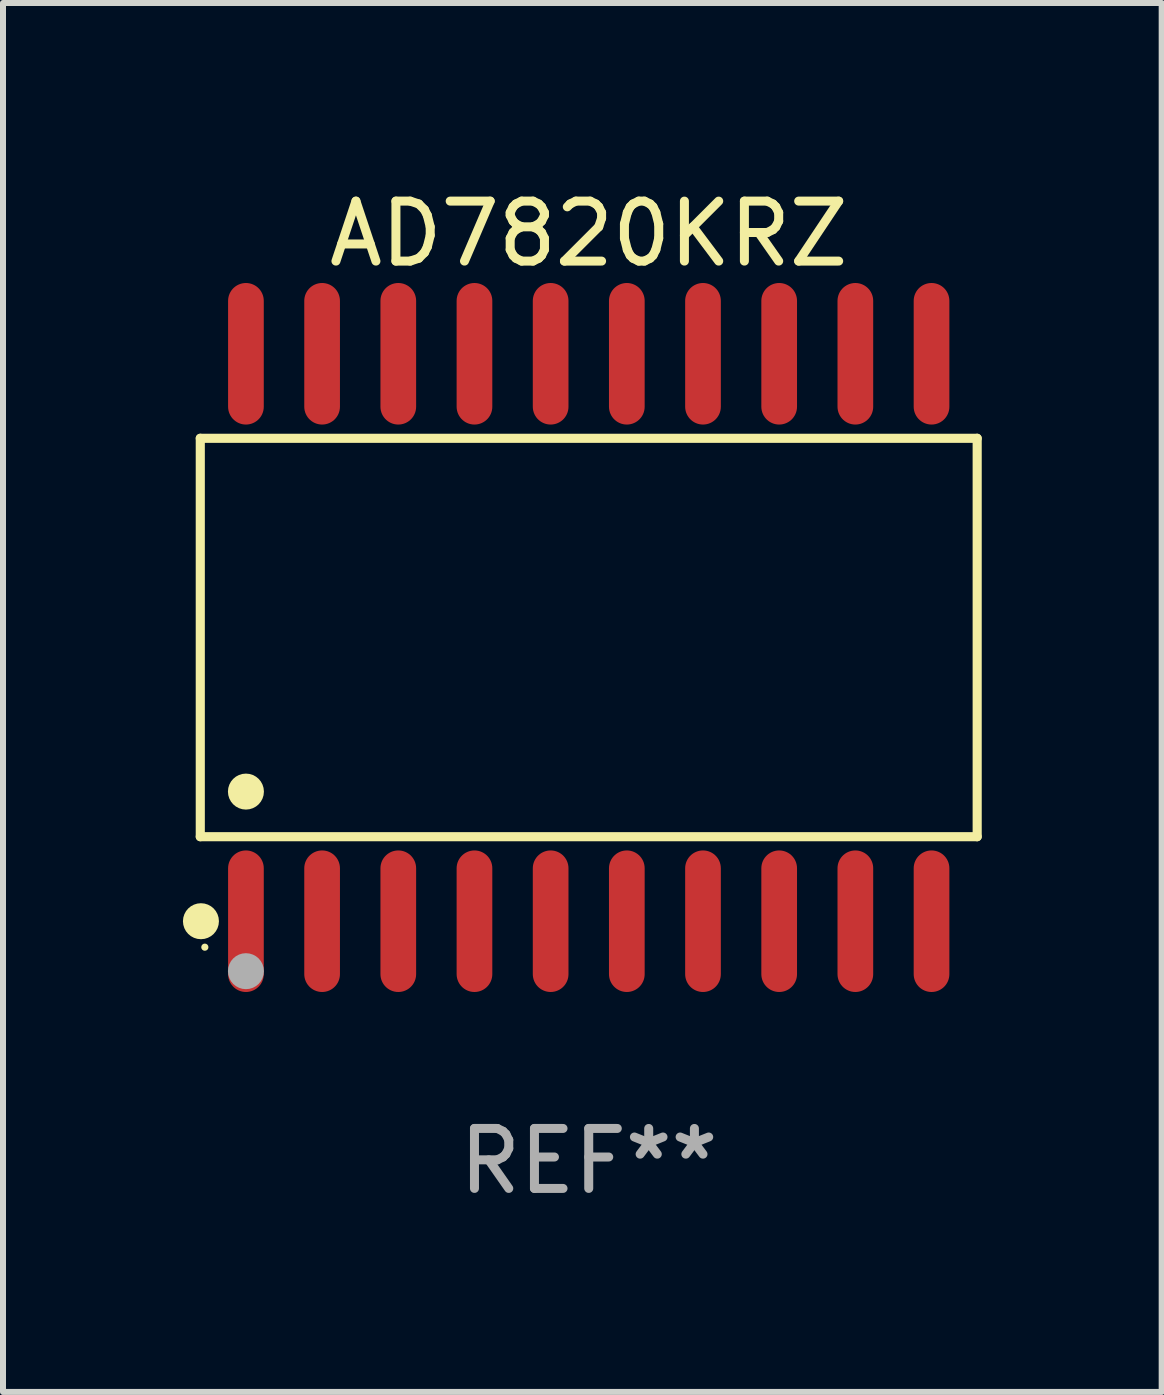
<source format=kicad_pcb>
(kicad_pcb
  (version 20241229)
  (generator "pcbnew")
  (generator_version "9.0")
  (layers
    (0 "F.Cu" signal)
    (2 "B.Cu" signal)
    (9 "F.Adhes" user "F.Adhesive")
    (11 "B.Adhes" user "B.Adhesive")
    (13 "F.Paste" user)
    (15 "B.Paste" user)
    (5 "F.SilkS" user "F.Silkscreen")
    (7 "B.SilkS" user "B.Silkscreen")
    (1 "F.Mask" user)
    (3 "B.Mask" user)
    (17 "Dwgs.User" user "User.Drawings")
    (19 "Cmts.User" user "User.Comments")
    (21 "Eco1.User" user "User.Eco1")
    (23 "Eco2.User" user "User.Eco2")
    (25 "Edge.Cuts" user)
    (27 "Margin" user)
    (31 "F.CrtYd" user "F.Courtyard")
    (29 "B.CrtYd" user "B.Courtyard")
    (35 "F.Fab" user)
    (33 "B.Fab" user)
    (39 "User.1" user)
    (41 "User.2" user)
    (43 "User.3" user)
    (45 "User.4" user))
  (footprint "AD7820KRZ"
    (layer "F.Cu")
    (at 6.765 7.578)
    (property "Reference" "AD7820KRZ" (at 0 -6.73 0) (layer "F.SilkS") (effects (font (size 1 1) (thickness 0.15))))
    (attr through_hole)
    (fp_line (start -6.476 -3.321) (end 6.476 -3.321) (stroke (width 0.152) (type solid)) (layer "F.SilkS"))
    (fp_line (start -6.476 3.321) (end -6.476 -3.321) (stroke (width 0.152) (type solid)) (layer "F.SilkS"))
    (fp_line (start 6.476 -3.321) (end 6.476 3.321) (stroke (width 0.152) (type solid)) (layer "F.SilkS"))
    (fp_line (start 6.476 3.321) (end -6.476 3.321) (stroke (width 0.152) (type solid)) (layer "F.SilkS"))
    (fp_circle (center -6.465 4.73) (end -6.315 4.73) (stroke (width 0.3) (type solid)) (fill no) (layer "F.SilkS"))
    (fp_circle (center -6.4 5.163) (end -6.37 5.163) (stroke (width 0.06) (type solid)) (fill no) (layer "F.SilkS"))
    (fp_circle (center -5.715 2.569) (end -5.565 2.569) (stroke (width 0.3) (type solid)) (fill no) (layer "F.SilkS"))
    (fp_circle (center -5.715 5.563) (end -5.565 5.563) (stroke (width 0.3) (type solid)) (fill no) (layer "F.Fab"))
    (fp_text user "REF**" (at 0 8.73 0) (layer "F.Fab") (effects (font (size 1 1) (thickness 0.15))))
    (pad "1" smd oval (at -5.715 4.73) (size 0.595 2.36) (layers "F.Cu" "F.Mask" "F.Paste"))
    (pad "2" smd oval (at -4.445 4.73) (size 0.595 2.36) (layers "F.Cu" "F.Mask" "F.Paste"))
    (pad "3" smd oval (at -3.175 4.73) (size 0.595 2.36) (layers "F.Cu" "F.Mask" "F.Paste"))
    (pad "4" smd oval (at -1.905 4.73) (size 0.595 2.36) (layers "F.Cu" "F.Mask" "F.Paste"))
    (pad "5" smd oval (at -0.635 4.73) (size 0.595 2.36) (layers "F.Cu" "F.Mask" "F.Paste"))
    (pad "6" smd oval (at 0.635 4.73) (size 0.595 2.36) (layers "F.Cu" "F.Mask" "F.Paste"))
    (pad "7" smd oval (at 1.905 4.73) (size 0.595 2.36) (layers "F.Cu" "F.Mask" "F.Paste"))
    (pad "8" smd oval (at 3.175 4.73) (size 0.595 2.36) (layers "F.Cu" "F.Mask" "F.Paste"))
    (pad "9" smd oval (at 4.445 4.73) (size 0.595 2.36) (layers "F.Cu" "F.Mask" "F.Paste"))
    (pad "10" smd oval (at 5.715 4.73) (size 0.595 2.36) (layers "F.Cu" "F.Mask" "F.Paste"))
    (pad "11" smd oval (at 5.715 -4.73) (size 0.595 2.36) (layers "F.Cu" "F.Mask" "F.Paste"))
    (pad "12" smd oval (at 4.445 -4.73) (size 0.595 2.36) (layers "F.Cu" "F.Mask" "F.Paste"))
    (pad "13" smd oval (at 3.175 -4.73) (size 0.595 2.36) (layers "F.Cu" "F.Mask" "F.Paste"))
    (pad "14" smd oval (at 1.905 -4.73) (size 0.595 2.36) (layers "F.Cu" "F.Mask" "F.Paste"))
    (pad "15" smd oval (at 0.635 -4.73) (size 0.595 2.36) (layers "F.Cu" "F.Mask" "F.Paste"))
    (pad "16" smd oval (at -0.635 -4.73) (size 0.595 2.36) (layers "F.Cu" "F.Mask" "F.Paste"))
    (pad "17" smd oval (at -1.905 -4.73) (size 0.595 2.36) (layers "F.Cu" "F.Mask" "F.Paste"))
    (pad "18" smd oval (at -3.175 -4.73) (size 0.595 2.36) (layers "F.Cu" "F.Mask" "F.Paste"))
    (pad "19" smd oval (at -4.445 -4.73) (size 0.595 2.36) (layers "F.Cu" "F.Mask" "F.Paste"))
    (pad "20" smd oval (at -5.715 -4.73) (size 0.595 2.36) (layers "F.Cu" "F.Mask" "F.Paste")))
  (gr_rect
    (start -3 -3)
    (end 16.317 20.156)
    (stroke (width 0.1) (type default))
    (fill no)
    (layer "Edge.Cuts")))
</source>
